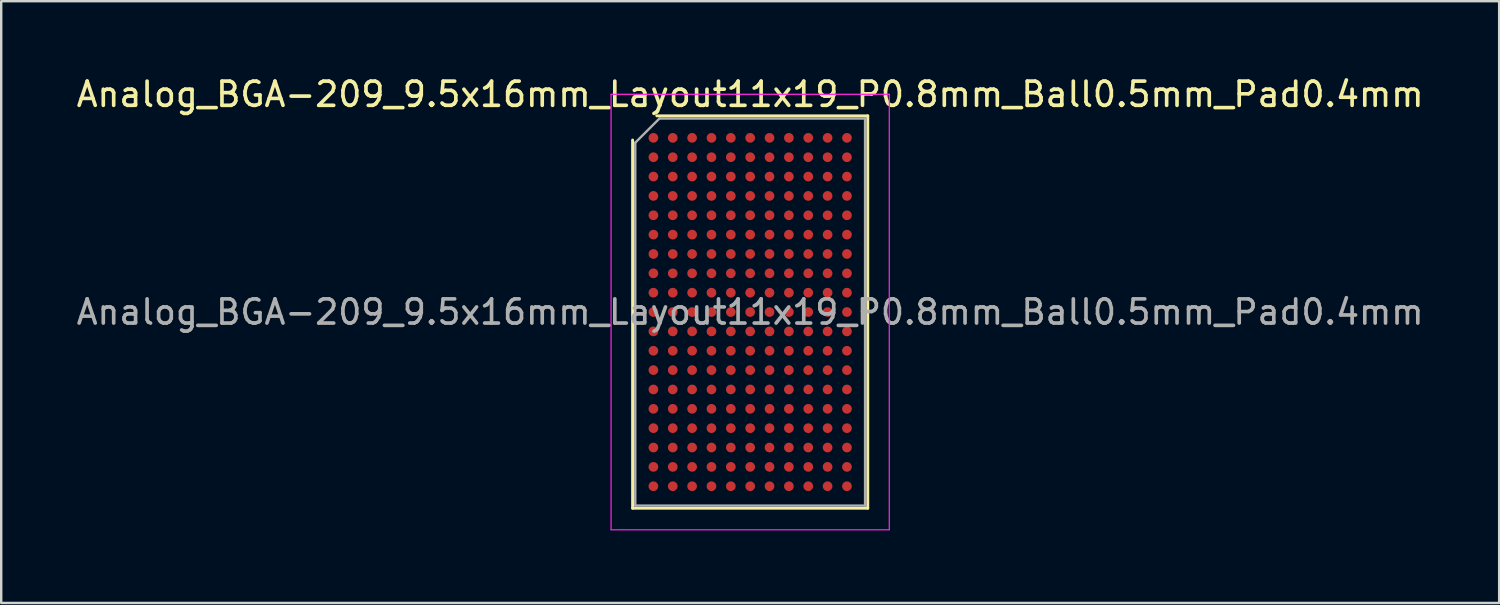
<source format=kicad_pcb>
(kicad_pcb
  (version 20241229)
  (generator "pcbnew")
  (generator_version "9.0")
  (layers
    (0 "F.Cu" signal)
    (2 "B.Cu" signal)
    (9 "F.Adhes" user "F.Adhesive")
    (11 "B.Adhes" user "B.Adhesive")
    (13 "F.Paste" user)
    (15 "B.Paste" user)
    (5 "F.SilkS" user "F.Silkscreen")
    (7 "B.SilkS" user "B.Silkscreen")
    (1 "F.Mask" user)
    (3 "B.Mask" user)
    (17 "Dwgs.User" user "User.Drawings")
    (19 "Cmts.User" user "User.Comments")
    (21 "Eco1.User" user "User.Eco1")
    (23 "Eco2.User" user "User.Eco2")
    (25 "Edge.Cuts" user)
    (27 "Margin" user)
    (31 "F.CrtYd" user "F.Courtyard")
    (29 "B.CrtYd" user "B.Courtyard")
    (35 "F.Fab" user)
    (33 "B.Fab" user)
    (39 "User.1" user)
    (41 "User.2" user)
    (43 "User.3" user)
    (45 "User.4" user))
  (footprint "Analog_BGA-209_9.5x16mm_Layout11x19_P0.8mm_Ball0.5mm_Pad0.4mm"
    (layer "F.Cu")
    (at 27.958 9.848)
    (property "Reference" "Analog_BGA-209_9.5x16mm_Layout11x19_P0.8mm_Ball0.5mm_Pad0.4mm" (at 0 -9 0) (layer "F.SilkS") (effects (font (size 1 1) (thickness 0.15))))
    (attr smd)
    (fp_line (start -4.86 8.11) (end -4.86 -7.11) (stroke (width 0.12) (type solid)) (layer "F.SilkS"))
    (fp_line (start -3.86 -8.11) (end 4.86 -8.11) (stroke (width 0.12) (type solid)) (layer "F.SilkS"))
    (fp_line (start 4.86 -8.11) (end 4.86 8.11) (stroke (width 0.12) (type solid)) (layer "F.SilkS"))
    (fp_line (start 4.86 8.11) (end -4.86 8.11) (stroke (width 0.12) (type solid)) (layer "F.SilkS"))
    (fp_line (start -5.75 -9) (end -5.75 9) (stroke (width 0.05) (type solid)) (layer "F.CrtYd"))
    (fp_line (start -5.75 9) (end 5.75 9) (stroke (width 0.05) (type solid)) (layer "F.CrtYd"))
    (fp_line (start 5.75 -9) (end -5.75 -9) (stroke (width 0.05) (type solid)) (layer "F.CrtYd"))
    (fp_line (start 5.75 9) (end 5.75 -9) (stroke (width 0.05) (type solid)) (layer "F.CrtYd"))
    (fp_line (start -4.75 -7) (end -3.75 -8) (stroke (width 0.1) (type solid)) (layer "F.Fab"))
    (fp_line (start -4.75 8) (end -4.75 -7) (stroke (width 0.1) (type solid)) (layer "F.Fab"))
    (fp_line (start -3.75 -8) (end 4.75 -8) (stroke (width 0.1) (type solid)) (layer "F.Fab"))
    (fp_line (start 4.75 -8) (end 4.75 8) (stroke (width 0.1) (type solid)) (layer "F.Fab"))
    (fp_line (start 4.75 8) (end -4.75 8) (stroke (width 0.1) (type solid)) (layer "F.Fab"))
    (fp_text user "${REFERENCE}" (at 0 0 0) (layer "F.Fab") (effects (font (size 1 1) (thickness 0.15))))
    (pad "A1" smd circle (at -4 -7.2) (size 0.4 0.4) (layers "F.Cu" "F.Mask" "F.Paste"))
    (pad "A2" smd circle (at -3.2 -7.2) (size 0.4 0.4) (layers "F.Cu" "F.Mask" "F.Paste"))
    (pad "A3" smd circle (at -2.4 -7.2) (size 0.4 0.4) (layers "F.Cu" "F.Mask" "F.Paste"))
    (pad "A4" smd circle (at -1.6 -7.2) (size 0.4 0.4) (layers "F.Cu" "F.Mask" "F.Paste"))
    (pad "A5" smd circle (at -0.8 -7.2) (size 0.4 0.4) (layers "F.Cu" "F.Mask" "F.Paste"))
    (pad "A6" smd circle (at 0 -7.2) (size 0.4 0.4) (layers "F.Cu" "F.Mask" "F.Paste"))
    (pad "A7" smd circle (at 0.8 -7.2) (size 0.4 0.4) (layers "F.Cu" "F.Mask" "F.Paste"))
    (pad "A8" smd circle (at 1.6 -7.2) (size 0.4 0.4) (layers "F.Cu" "F.Mask" "F.Paste"))
    (pad "A9" smd circle (at 2.4 -7.2) (size 0.4 0.4) (layers "F.Cu" "F.Mask" "F.Paste"))
    (pad "A10" smd circle (at 3.2 -7.2) (size 0.4 0.4) (layers "F.Cu" "F.Mask" "F.Paste"))
    (pad "A11" smd circle (at 4 -7.2) (size 0.4 0.4) (layers "F.Cu" "F.Mask" "F.Paste"))
    (pad "B1" smd circle (at -4 -6.4) (size 0.4 0.4) (layers "F.Cu" "F.Mask" "F.Paste"))
    (pad "B2" smd circle (at -3.2 -6.4) (size 0.4 0.4) (layers "F.Cu" "F.Mask" "F.Paste"))
    (pad "B3" smd circle (at -2.4 -6.4) (size 0.4 0.4) (layers "F.Cu" "F.Mask" "F.Paste"))
    (pad "B4" smd circle (at -1.6 -6.4) (size 0.4 0.4) (layers "F.Cu" "F.Mask" "F.Paste"))
    (pad "B5" smd circle (at -0.8 -6.4) (size 0.4 0.4) (layers "F.Cu" "F.Mask" "F.Paste"))
    (pad "B6" smd circle (at 0 -6.4) (size 0.4 0.4) (layers "F.Cu" "F.Mask" "F.Paste"))
    (pad "B7" smd circle (at 0.8 -6.4) (size 0.4 0.4) (layers "F.Cu" "F.Mask" "F.Paste"))
    (pad "B8" smd circle (at 1.6 -6.4) (size 0.4 0.4) (layers "F.Cu" "F.Mask" "F.Paste"))
    (pad "B9" smd circle (at 2.4 -6.4) (size 0.4 0.4) (layers "F.Cu" "F.Mask" "F.Paste"))
    (pad "B10" smd circle (at 3.2 -6.4) (size 0.4 0.4) (layers "F.Cu" "F.Mask" "F.Paste"))
    (pad "B11" smd circle (at 4 -6.4) (size 0.4 0.4) (layers "F.Cu" "F.Mask" "F.Paste"))
    (pad "C1" smd circle (at -4 -5.6) (size 0.4 0.4) (layers "F.Cu" "F.Mask" "F.Paste"))
    (pad "C2" smd circle (at -3.2 -5.6) (size 0.4 0.4) (layers "F.Cu" "F.Mask" "F.Paste"))
    (pad "C3" smd circle (at -2.4 -5.6) (size 0.4 0.4) (layers "F.Cu" "F.Mask" "F.Paste"))
    (pad "C4" smd circle (at -1.6 -5.6) (size 0.4 0.4) (layers "F.Cu" "F.Mask" "F.Paste"))
    (pad "C5" smd circle (at -0.8 -5.6) (size 0.4 0.4) (layers "F.Cu" "F.Mask" "F.Paste"))
    (pad "C6" smd circle (at 0 -5.6) (size 0.4 0.4) (layers "F.Cu" "F.Mask" "F.Paste"))
    (pad "C7" smd circle (at 0.8 -5.6) (size 0.4 0.4) (layers "F.Cu" "F.Mask" "F.Paste"))
    (pad "C8" smd circle (at 1.6 -5.6) (size 0.4 0.4) (layers "F.Cu" "F.Mask" "F.Paste"))
    (pad "C9" smd circle (at 2.4 -5.6) (size 0.4 0.4) (layers "F.Cu" "F.Mask" "F.Paste"))
    (pad "C10" smd circle (at 3.2 -5.6) (size 0.4 0.4) (layers "F.Cu" "F.Mask" "F.Paste"))
    (pad "C11" smd circle (at 4 -5.6) (size 0.4 0.4) (layers "F.Cu" "F.Mask" "F.Paste"))
    (pad "D1" smd circle (at -4 -4.8) (size 0.4 0.4) (layers "F.Cu" "F.Mask" "F.Paste"))
    (pad "D2" smd circle (at -3.2 -4.8) (size 0.4 0.4) (layers "F.Cu" "F.Mask" "F.Paste"))
    (pad "D3" smd circle (at -2.4 -4.8) (size 0.4 0.4) (layers "F.Cu" "F.Mask" "F.Paste"))
    (pad "D4" smd circle (at -1.6 -4.8) (size 0.4 0.4) (layers "F.Cu" "F.Mask" "F.Paste"))
    (pad "D5" smd circle (at -0.8 -4.8) (size 0.4 0.4) (layers "F.Cu" "F.Mask" "F.Paste"))
    (pad "D6" smd circle (at 0 -4.8) (size 0.4 0.4) (layers "F.Cu" "F.Mask" "F.Paste"))
    (pad "D7" smd circle (at 0.8 -4.8) (size 0.4 0.4) (layers "F.Cu" "F.Mask" "F.Paste"))
    (pad "D8" smd circle (at 1.6 -4.8) (size 0.4 0.4) (layers "F.Cu" "F.Mask" "F.Paste"))
    (pad "D9" smd circle (at 2.4 -4.8) (size 0.4 0.4) (layers "F.Cu" "F.Mask" "F.Paste"))
    (pad "D10" smd circle (at 3.2 -4.8) (size 0.4 0.4) (layers "F.Cu" "F.Mask" "F.Paste"))
    (pad "D11" smd circle (at 4 -4.8) (size 0.4 0.4) (layers "F.Cu" "F.Mask" "F.Paste"))
    (pad "E1" smd circle (at -4 -4) (size 0.4 0.4) (layers "F.Cu" "F.Mask" "F.Paste"))
    (pad "E2" smd circle (at -3.2 -4) (size 0.4 0.4) (layers "F.Cu" "F.Mask" "F.Paste"))
    (pad "E3" smd circle (at -2.4 -4) (size 0.4 0.4) (layers "F.Cu" "F.Mask" "F.Paste"))
    (pad "E4" smd circle (at -1.6 -4) (size 0.4 0.4) (layers "F.Cu" "F.Mask" "F.Paste"))
    (pad "E5" smd circle (at -0.8 -4) (size 0.4 0.4) (layers "F.Cu" "F.Mask" "F.Paste"))
    (pad "E6" smd circle (at 0 -4) (size 0.4 0.4) (layers "F.Cu" "F.Mask" "F.Paste"))
    (pad "E7" smd circle (at 0.8 -4) (size 0.4 0.4) (layers "F.Cu" "F.Mask" "F.Paste"))
    (pad "E8" smd circle (at 1.6 -4) (size 0.4 0.4) (layers "F.Cu" "F.Mask" "F.Paste"))
    (pad "E9" smd circle (at 2.4 -4) (size 0.4 0.4) (layers "F.Cu" "F.Mask" "F.Paste"))
    (pad "E10" smd circle (at 3.2 -4) (size 0.4 0.4) (layers "F.Cu" "F.Mask" "F.Paste"))
    (pad "E11" smd circle (at 4 -4) (size 0.4 0.4) (layers "F.Cu" "F.Mask" "F.Paste"))
    (pad "F1" smd circle (at -4 -3.2) (size 0.4 0.4) (layers "F.Cu" "F.Mask" "F.Paste"))
    (pad "F2" smd circle (at -3.2 -3.2) (size 0.4 0.4) (layers "F.Cu" "F.Mask" "F.Paste"))
    (pad "F3" smd circle (at -2.4 -3.2) (size 0.4 0.4) (layers "F.Cu" "F.Mask" "F.Paste"))
    (pad "F4" smd circle (at -1.6 -3.2) (size 0.4 0.4) (layers "F.Cu" "F.Mask" "F.Paste"))
    (pad "F5" smd circle (at -0.8 -3.2) (size 0.4 0.4) (layers "F.Cu" "F.Mask" "F.Paste"))
    (pad "F6" smd circle (at 0 -3.2) (size 0.4 0.4) (layers "F.Cu" "F.Mask" "F.Paste"))
    (pad "F7" smd circle (at 0.8 -3.2) (size 0.4 0.4) (layers "F.Cu" "F.Mask" "F.Paste"))
    (pad "F8" smd circle (at 1.6 -3.2) (size 0.4 0.4) (layers "F.Cu" "F.Mask" "F.Paste"))
    (pad "F9" smd circle (at 2.4 -3.2) (size 0.4 0.4) (layers "F.Cu" "F.Mask" "F.Paste"))
    (pad "F10" smd circle (at 3.2 -3.2) (size 0.4 0.4) (layers "F.Cu" "F.Mask" "F.Paste"))
    (pad "F11" smd circle (at 4 -3.2) (size 0.4 0.4) (layers "F.Cu" "F.Mask" "F.Paste"))
    (pad "G1" smd circle (at -4 -2.4) (size 0.4 0.4) (layers "F.Cu" "F.Mask" "F.Paste"))
    (pad "G2" smd circle (at -3.2 -2.4) (size 0.4 0.4) (layers "F.Cu" "F.Mask" "F.Paste"))
    (pad "G3" smd circle (at -2.4 -2.4) (size 0.4 0.4) (layers "F.Cu" "F.Mask" "F.Paste"))
    (pad "G4" smd circle (at -1.6 -2.4) (size 0.4 0.4) (layers "F.Cu" "F.Mask" "F.Paste"))
    (pad "G5" smd circle (at -0.8 -2.4) (size 0.4 0.4) (layers "F.Cu" "F.Mask" "F.Paste"))
    (pad "G6" smd circle (at 0 -2.4) (size 0.4 0.4) (layers "F.Cu" "F.Mask" "F.Paste"))
    (pad "G7" smd circle (at 0.8 -2.4) (size 0.4 0.4) (layers "F.Cu" "F.Mask" "F.Paste"))
    (pad "G8" smd circle (at 1.6 -2.4) (size 0.4 0.4) (layers "F.Cu" "F.Mask" "F.Paste"))
    (pad "G9" smd circle (at 2.4 -2.4) (size 0.4 0.4) (layers "F.Cu" "F.Mask" "F.Paste"))
    (pad "G10" smd circle (at 3.2 -2.4) (size 0.4 0.4) (layers "F.Cu" "F.Mask" "F.Paste"))
    (pad "G11" smd circle (at 4 -2.4) (size 0.4 0.4) (layers "F.Cu" "F.Mask" "F.Paste"))
    (pad "H1" smd circle (at -4 -1.6) (size 0.4 0.4) (layers "F.Cu" "F.Mask" "F.Paste"))
    (pad "H2" smd circle (at -3.2 -1.6) (size 0.4 0.4) (layers "F.Cu" "F.Mask" "F.Paste"))
    (pad "H3" smd circle (at -2.4 -1.6) (size 0.4 0.4) (layers "F.Cu" "F.Mask" "F.Paste"))
    (pad "H4" smd circle (at -1.6 -1.6) (size 0.4 0.4) (layers "F.Cu" "F.Mask" "F.Paste"))
    (pad "H5" smd circle (at -0.8 -1.6) (size 0.4 0.4) (layers "F.Cu" "F.Mask" "F.Paste"))
    (pad "H6" smd circle (at 0 -1.6) (size 0.4 0.4) (layers "F.Cu" "F.Mask" "F.Paste"))
    (pad "H7" smd circle (at 0.8 -1.6) (size 0.4 0.4) (layers "F.Cu" "F.Mask" "F.Paste"))
    (pad "H8" smd circle (at 1.6 -1.6) (size 0.4 0.4) (layers "F.Cu" "F.Mask" "F.Paste"))
    (pad "H9" smd circle (at 2.4 -1.6) (size 0.4 0.4) (layers "F.Cu" "F.Mask" "F.Paste"))
    (pad "H10" smd circle (at 3.2 -1.6) (size 0.4 0.4) (layers "F.Cu" "F.Mask" "F.Paste"))
    (pad "H11" smd circle (at 4 -1.6) (size 0.4 0.4) (layers "F.Cu" "F.Mask" "F.Paste"))
    (pad "J1" smd circle (at -4 -0.8) (size 0.4 0.4) (layers "F.Cu" "F.Mask" "F.Paste"))
    (pad "J2" smd circle (at -3.2 -0.8) (size 0.4 0.4) (layers "F.Cu" "F.Mask" "F.Paste"))
    (pad "J3" smd circle (at -2.4 -0.8) (size 0.4 0.4) (layers "F.Cu" "F.Mask" "F.Paste"))
    (pad "J4" smd circle (at -1.6 -0.8) (size 0.4 0.4) (layers "F.Cu" "F.Mask" "F.Paste"))
    (pad "J5" smd circle (at -0.8 -0.8) (size 0.4 0.4) (layers "F.Cu" "F.Mask" "F.Paste"))
    (pad "J6" smd circle (at 0 -0.8) (size 0.4 0.4) (layers "F.Cu" "F.Mask" "F.Paste"))
    (pad "J7" smd circle (at 0.8 -0.8) (size 0.4 0.4) (layers "F.Cu" "F.Mask" "F.Paste"))
    (pad "J8" smd circle (at 1.6 -0.8) (size 0.4 0.4) (layers "F.Cu" "F.Mask" "F.Paste"))
    (pad "J9" smd circle (at 2.4 -0.8) (size 0.4 0.4) (layers "F.Cu" "F.Mask" "F.Paste"))
    (pad "J10" smd circle (at 3.2 -0.8) (size 0.4 0.4) (layers "F.Cu" "F.Mask" "F.Paste"))
    (pad "J11" smd circle (at 4 -0.8) (size 0.4 0.4) (layers "F.Cu" "F.Mask" "F.Paste"))
    (pad "K1" smd circle (at -4 0) (size 0.4 0.4) (layers "F.Cu" "F.Mask" "F.Paste"))
    (pad "K2" smd circle (at -3.2 0) (size 0.4 0.4) (layers "F.Cu" "F.Mask" "F.Paste"))
    (pad "K3" smd circle (at -2.4 0) (size 0.4 0.4) (layers "F.Cu" "F.Mask" "F.Paste"))
    (pad "K4" smd circle (at -1.6 0) (size 0.4 0.4) (layers "F.Cu" "F.Mask" "F.Paste"))
    (pad "K5" smd circle (at -0.8 0) (size 0.4 0.4) (layers "F.Cu" "F.Mask" "F.Paste"))
    (pad "K6" smd circle (at 0 0) (size 0.4 0.4) (layers "F.Cu" "F.Mask" "F.Paste"))
    (pad "K7" smd circle (at 0.8 0) (size 0.4 0.4) (layers "F.Cu" "F.Mask" "F.Paste"))
    (pad "K8" smd circle (at 1.6 0) (size 0.4 0.4) (layers "F.Cu" "F.Mask" "F.Paste"))
    (pad "K9" smd circle (at 2.4 0) (size 0.4 0.4) (layers "F.Cu" "F.Mask" "F.Paste"))
    (pad "K10" smd circle (at 3.2 0) (size 0.4 0.4) (layers "F.Cu" "F.Mask" "F.Paste"))
    (pad "K11" smd circle (at 4 0) (size 0.4 0.4) (layers "F.Cu" "F.Mask" "F.Paste"))
    (pad "L1" smd circle (at -4 0.8) (size 0.4 0.4) (layers "F.Cu" "F.Mask" "F.Paste"))
    (pad "L2" smd circle (at -3.2 0.8) (size 0.4 0.4) (layers "F.Cu" "F.Mask" "F.Paste"))
    (pad "L3" smd circle (at -2.4 0.8) (size 0.4 0.4) (layers "F.Cu" "F.Mask" "F.Paste"))
    (pad "L4" smd circle (at -1.6 0.8) (size 0.4 0.4) (layers "F.Cu" "F.Mask" "F.Paste"))
    (pad "L5" smd circle (at -0.8 0.8) (size 0.4 0.4) (layers "F.Cu" "F.Mask" "F.Paste"))
    (pad "L6" smd circle (at 0 0.8) (size 0.4 0.4) (layers "F.Cu" "F.Mask" "F.Paste"))
    (pad "L7" smd circle (at 0.8 0.8) (size 0.4 0.4) (layers "F.Cu" "F.Mask" "F.Paste"))
    (pad "L8" smd circle (at 1.6 0.8) (size 0.4 0.4) (layers "F.Cu" "F.Mask" "F.Paste"))
    (pad "L9" smd circle (at 2.4 0.8) (size 0.4 0.4) (layers "F.Cu" "F.Mask" "F.Paste"))
    (pad "L10" smd circle (at 3.2 0.8) (size 0.4 0.4) (layers "F.Cu" "F.Mask" "F.Paste"))
    (pad "L11" smd circle (at 4 0.8) (size 0.4 0.4) (layers "F.Cu" "F.Mask" "F.Paste"))
    (pad "M1" smd circle (at -4 1.6) (size 0.4 0.4) (layers "F.Cu" "F.Mask" "F.Paste"))
    (pad "M2" smd circle (at -3.2 1.6) (size 0.4 0.4) (layers "F.Cu" "F.Mask" "F.Paste"))
    (pad "M3" smd circle (at -2.4 1.6) (size 0.4 0.4) (layers "F.Cu" "F.Mask" "F.Paste"))
    (pad "M4" smd circle (at -1.6 1.6) (size 0.4 0.4) (layers "F.Cu" "F.Mask" "F.Paste"))
    (pad "M5" smd circle (at -0.8 1.6) (size 0.4 0.4) (layers "F.Cu" "F.Mask" "F.Paste"))
    (pad "M6" smd circle (at 0 1.6) (size 0.4 0.4) (layers "F.Cu" "F.Mask" "F.Paste"))
    (pad "M7" smd circle (at 0.8 1.6) (size 0.4 0.4) (layers "F.Cu" "F.Mask" "F.Paste"))
    (pad "M8" smd circle (at 1.6 1.6) (size 0.4 0.4) (layers "F.Cu" "F.Mask" "F.Paste"))
    (pad "M9" smd circle (at 2.4 1.6) (size 0.4 0.4) (layers "F.Cu" "F.Mask" "F.Paste"))
    (pad "M10" smd circle (at 3.2 1.6) (size 0.4 0.4) (layers "F.Cu" "F.Mask" "F.Paste"))
    (pad "M11" smd circle (at 4 1.6) (size 0.4 0.4) (layers "F.Cu" "F.Mask" "F.Paste"))
    (pad "N1" smd circle (at -4 2.4) (size 0.4 0.4) (layers "F.Cu" "F.Mask" "F.Paste"))
    (pad "N2" smd circle (at -3.2 2.4) (size 0.4 0.4) (layers "F.Cu" "F.Mask" "F.Paste"))
    (pad "N3" smd circle (at -2.4 2.4) (size 0.4 0.4) (layers "F.Cu" "F.Mask" "F.Paste"))
    (pad "N4" smd circle (at -1.6 2.4) (size 0.4 0.4) (layers "F.Cu" "F.Mask" "F.Paste"))
    (pad "N5" smd circle (at -0.8 2.4) (size 0.4 0.4) (layers "F.Cu" "F.Mask" "F.Paste"))
    (pad "N6" smd circle (at 0 2.4) (size 0.4 0.4) (layers "F.Cu" "F.Mask" "F.Paste"))
    (pad "N7" smd circle (at 0.8 2.4) (size 0.4 0.4) (layers "F.Cu" "F.Mask" "F.Paste"))
    (pad "N8" smd circle (at 1.6 2.4) (size 0.4 0.4) (layers "F.Cu" "F.Mask" "F.Paste"))
    (pad "N9" smd circle (at 2.4 2.4) (size 0.4 0.4) (layers "F.Cu" "F.Mask" "F.Paste"))
    (pad "N10" smd circle (at 3.2 2.4) (size 0.4 0.4) (layers "F.Cu" "F.Mask" "F.Paste"))
    (pad "N11" smd circle (at 4 2.4) (size 0.4 0.4) (layers "F.Cu" "F.Mask" "F.Paste"))
    (pad "P1" smd circle (at -4 3.2) (size 0.4 0.4) (layers "F.Cu" "F.Mask" "F.Paste"))
    (pad "P2" smd circle (at -3.2 3.2) (size 0.4 0.4) (layers "F.Cu" "F.Mask" "F.Paste"))
    (pad "P3" smd circle (at -2.4 3.2) (size 0.4 0.4) (layers "F.Cu" "F.Mask" "F.Paste"))
    (pad "P4" smd circle (at -1.6 3.2) (size 0.4 0.4) (layers "F.Cu" "F.Mask" "F.Paste"))
    (pad "P5" smd circle (at -0.8 3.2) (size 0.4 0.4) (layers "F.Cu" "F.Mask" "F.Paste"))
    (pad "P6" smd circle (at 0 3.2) (size 0.4 0.4) (layers "F.Cu" "F.Mask" "F.Paste"))
    (pad "P7" smd circle (at 0.8 3.2) (size 0.4 0.4) (layers "F.Cu" "F.Mask" "F.Paste"))
    (pad "P8" smd circle (at 1.6 3.2) (size 0.4 0.4) (layers "F.Cu" "F.Mask" "F.Paste"))
    (pad "P9" smd circle (at 2.4 3.2) (size 0.4 0.4) (layers "F.Cu" "F.Mask" "F.Paste"))
    (pad "P10" smd circle (at 3.2 3.2) (size 0.4 0.4) (layers "F.Cu" "F.Mask" "F.Paste"))
    (pad "P11" smd circle (at 4 3.2) (size 0.4 0.4) (layers "F.Cu" "F.Mask" "F.Paste"))
    (pad "R1" smd circle (at -4 4) (size 0.4 0.4) (layers "F.Cu" "F.Mask" "F.Paste"))
    (pad "R2" smd circle (at -3.2 4) (size 0.4 0.4) (layers "F.Cu" "F.Mask" "F.Paste"))
    (pad "R3" smd circle (at -2.4 4) (size 0.4 0.4) (layers "F.Cu" "F.Mask" "F.Paste"))
    (pad "R4" smd circle (at -1.6 4) (size 0.4 0.4) (layers "F.Cu" "F.Mask" "F.Paste"))
    (pad "R5" smd circle (at -0.8 4) (size 0.4 0.4) (layers "F.Cu" "F.Mask" "F.Paste"))
    (pad "R6" smd circle (at 0 4) (size 0.4 0.4) (layers "F.Cu" "F.Mask" "F.Paste"))
    (pad "R7" smd circle (at 0.8 4) (size 0.4 0.4) (layers "F.Cu" "F.Mask" "F.Paste"))
    (pad "R8" smd circle (at 1.6 4) (size 0.4 0.4) (layers "F.Cu" "F.Mask" "F.Paste"))
    (pad "R9" smd circle (at 2.4 4) (size 0.4 0.4) (layers "F.Cu" "F.Mask" "F.Paste"))
    (pad "R10" smd circle (at 3.2 4) (size 0.4 0.4) (layers "F.Cu" "F.Mask" "F.Paste"))
    (pad "R11" smd circle (at 4 4) (size 0.4 0.4) (layers "F.Cu" "F.Mask" "F.Paste"))
    (pad "T1" smd circle (at -4 4.8) (size 0.4 0.4) (layers "F.Cu" "F.Mask" "F.Paste"))
    (pad "T2" smd circle (at -3.2 4.8) (size 0.4 0.4) (layers "F.Cu" "F.Mask" "F.Paste"))
    (pad "T3" smd circle (at -2.4 4.8) (size 0.4 0.4) (layers "F.Cu" "F.Mask" "F.Paste"))
    (pad "T4" smd circle (at -1.6 4.8) (size 0.4 0.4) (layers "F.Cu" "F.Mask" "F.Paste"))
    (pad "T5" smd circle (at -0.8 4.8) (size 0.4 0.4) (layers "F.Cu" "F.Mask" "F.Paste"))
    (pad "T6" smd circle (at 0 4.8) (size 0.4 0.4) (layers "F.Cu" "F.Mask" "F.Paste"))
    (pad "T7" smd circle (at 0.8 4.8) (size 0.4 0.4) (layers "F.Cu" "F.Mask" "F.Paste"))
    (pad "T8" smd circle (at 1.6 4.8) (size 0.4 0.4) (layers "F.Cu" "F.Mask" "F.Paste"))
    (pad "T9" smd circle (at 2.4 4.8) (size 0.4 0.4) (layers "F.Cu" "F.Mask" "F.Paste"))
    (pad "T10" smd circle (at 3.2 4.8) (size 0.4 0.4) (layers "F.Cu" "F.Mask" "F.Paste"))
    (pad "T11" smd circle (at 4 4.8) (size 0.4 0.4) (layers "F.Cu" "F.Mask" "F.Paste"))
    (pad "U1" smd circle (at -4 5.6) (size 0.4 0.4) (layers "F.Cu" "F.Mask" "F.Paste"))
    (pad "U2" smd circle (at -3.2 5.6) (size 0.4 0.4) (layers "F.Cu" "F.Mask" "F.Paste"))
    (pad "U3" smd circle (at -2.4 5.6) (size 0.4 0.4) (layers "F.Cu" "F.Mask" "F.Paste"))
    (pad "U4" smd circle (at -1.6 5.6) (size 0.4 0.4) (layers "F.Cu" "F.Mask" "F.Paste"))
    (pad "U5" smd circle (at -0.8 5.6) (size 0.4 0.4) (layers "F.Cu" "F.Mask" "F.Paste"))
    (pad "U6" smd circle (at 0 5.6) (size 0.4 0.4) (layers "F.Cu" "F.Mask" "F.Paste"))
    (pad "U7" smd circle (at 0.8 5.6) (size 0.4 0.4) (layers "F.Cu" "F.Mask" "F.Paste"))
    (pad "U8" smd circle (at 1.6 5.6) (size 0.4 0.4) (layers "F.Cu" "F.Mask" "F.Paste"))
    (pad "U9" smd circle (at 2.4 5.6) (size 0.4 0.4) (layers "F.Cu" "F.Mask" "F.Paste"))
    (pad "U10" smd circle (at 3.2 5.6) (size 0.4 0.4) (layers "F.Cu" "F.Mask" "F.Paste"))
    (pad "U11" smd circle (at 4 5.6) (size 0.4 0.4) (layers "F.Cu" "F.Mask" "F.Paste"))
    (pad "V1" smd circle (at -4 6.4) (size 0.4 0.4) (layers "F.Cu" "F.Mask" "F.Paste"))
    (pad "V2" smd circle (at -3.2 6.4) (size 0.4 0.4) (layers "F.Cu" "F.Mask" "F.Paste"))
    (pad "V3" smd circle (at -2.4 6.4) (size 0.4 0.4) (layers "F.Cu" "F.Mask" "F.Paste"))
    (pad "V4" smd circle (at -1.6 6.4) (size 0.4 0.4) (layers "F.Cu" "F.Mask" "F.Paste"))
    (pad "V5" smd circle (at -0.8 6.4) (size 0.4 0.4) (layers "F.Cu" "F.Mask" "F.Paste"))
    (pad "V6" smd circle (at 0 6.4) (size 0.4 0.4) (layers "F.Cu" "F.Mask" "F.Paste"))
    (pad "V7" smd circle (at 0.8 6.4) (size 0.4 0.4) (layers "F.Cu" "F.Mask" "F.Paste"))
    (pad "V8" smd circle (at 1.6 6.4) (size 0.4 0.4) (layers "F.Cu" "F.Mask" "F.Paste"))
    (pad "V9" smd circle (at 2.4 6.4) (size 0.4 0.4) (layers "F.Cu" "F.Mask" "F.Paste"))
    (pad "V10" smd circle (at 3.2 6.4) (size 0.4 0.4) (layers "F.Cu" "F.Mask" "F.Paste"))
    (pad "V11" smd circle (at 4 6.4) (size 0.4 0.4) (layers "F.Cu" "F.Mask" "F.Paste"))
    (pad "W1" smd circle (at -4 7.2) (size 0.4 0.4) (layers "F.Cu" "F.Mask" "F.Paste"))
    (pad "W2" smd circle (at -3.2 7.2) (size 0.4 0.4) (layers "F.Cu" "F.Mask" "F.Paste"))
    (pad "W3" smd circle (at -2.4 7.2) (size 0.4 0.4) (layers "F.Cu" "F.Mask" "F.Paste"))
    (pad "W4" smd circle (at -1.6 7.2) (size 0.4 0.4) (layers "F.Cu" "F.Mask" "F.Paste"))
    (pad "W5" smd circle (at -0.8 7.2) (size 0.4 0.4) (layers "F.Cu" "F.Mask" "F.Paste"))
    (pad "W6" smd circle (at 0 7.2) (size 0.4 0.4) (layers "F.Cu" "F.Mask" "F.Paste"))
    (pad "W7" smd circle (at 0.8 7.2) (size 0.4 0.4) (layers "F.Cu" "F.Mask" "F.Paste"))
    (pad "W8" smd circle (at 1.6 7.2) (size 0.4 0.4) (layers "F.Cu" "F.Mask" "F.Paste"))
    (pad "W9" smd circle (at 2.4 7.2) (size 0.4 0.4) (layers "F.Cu" "F.Mask" "F.Paste"))
    (pad "W10" smd circle (at 3.2 7.2) (size 0.4 0.4) (layers "F.Cu" "F.Mask" "F.Paste"))
    (pad "W11" smd circle (at 4 7.2) (size 0.4 0.4) (layers "F.Cu" "F.Mask" "F.Paste")))
  (gr_rect
    (start -3 -3)
    (end 58.917 21.873)
    (stroke (width 0.1) (type default))
    (fill no)
    (layer "Edge.Cuts")))
</source>
